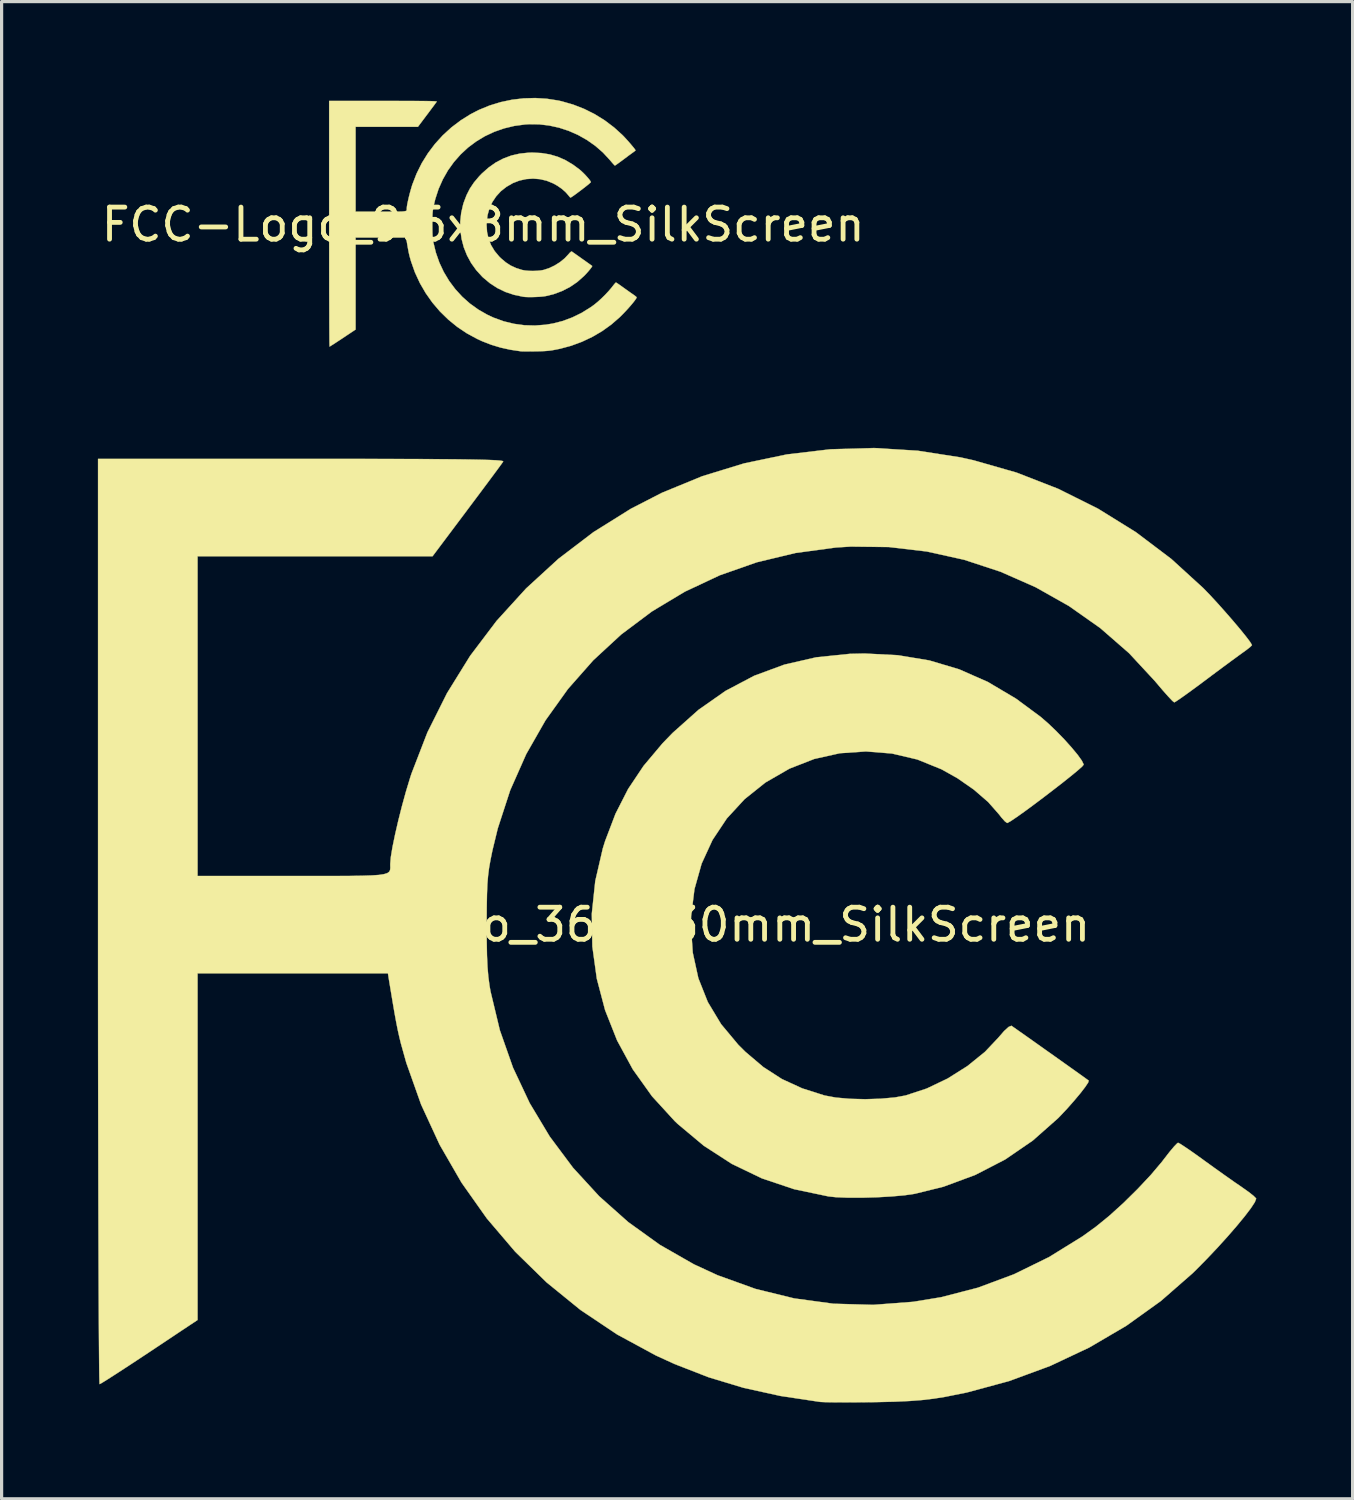
<source format=kicad_pcb>
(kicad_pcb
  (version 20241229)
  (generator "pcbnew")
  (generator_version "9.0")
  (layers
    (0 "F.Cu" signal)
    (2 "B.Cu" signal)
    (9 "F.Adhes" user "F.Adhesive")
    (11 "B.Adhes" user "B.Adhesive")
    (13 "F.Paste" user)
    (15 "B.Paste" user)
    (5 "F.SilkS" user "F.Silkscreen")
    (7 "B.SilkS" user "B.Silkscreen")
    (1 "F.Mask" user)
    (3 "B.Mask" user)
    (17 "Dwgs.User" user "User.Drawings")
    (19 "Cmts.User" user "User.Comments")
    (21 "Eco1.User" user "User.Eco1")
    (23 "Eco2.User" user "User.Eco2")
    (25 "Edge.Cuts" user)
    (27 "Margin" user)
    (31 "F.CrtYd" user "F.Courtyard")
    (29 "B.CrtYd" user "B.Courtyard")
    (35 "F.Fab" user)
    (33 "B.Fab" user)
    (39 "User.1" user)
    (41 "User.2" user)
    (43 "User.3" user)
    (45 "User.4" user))
  (footprint "FCC-Logo_9.6x8mm_SilkScreen"
    (layer "F.Cu")
    (at 12.006 3.948)
    (property "Reference" "FCC-Logo_9.6x8mm_SilkScreen" (at 0 0 0) (layer "F.SilkS") (effects (font (size 1 1) (thickness 0.15))))
    (attr exclude_from_pos_files exclude_from_bom)
    (fp_poly (pts (xy 1.817 -2.229) (xy 2.077 -2.186) (xy 2.324 -2.113) (xy 2.562 -2.008) (xy 2.794 -1.87) (xy 2.999 -1.719) (xy 3.061 -1.665) (xy 3.128 -1.601) (xy 3.194 -1.533) (xy 3.255 -1.465) (xy 3.305 -1.405) (xy 3.34 -1.356) (xy 3.354 -1.326) (xy 3.355 -1.324) (xy 3.341 -1.308) (xy 3.304 -1.275) (xy 3.249 -1.229) (xy 3.18 -1.174) (xy 3.102 -1.114) (xy 3.02 -1.051) (xy 2.939 -0.991) (xy 2.865 -0.936) (xy 2.801 -0.89) (xy 2.752 -0.858) (xy 2.725 -0.842) (xy 2.721 -0.841) (xy 2.703 -0.854) (xy 2.673 -0.888) (xy 2.654 -0.913) (xy 2.564 -1.015) (xy 2.447 -1.117) (xy 2.31 -1.212) (xy 2.179 -1.285) (xy 1.978 -1.367) (xy 1.768 -1.416) (xy 1.553 -1.433) (xy 1.337 -1.418) (xy 1.126 -1.371) (xy 0.922 -1.292) (xy 0.921 -1.291) (xy 0.722 -1.176) (xy 0.549 -1.039) (xy 0.403 -0.879) (xy 0.284 -0.701) (xy 0.194 -0.505) (xy 0.135 -0.295) (xy 0.107 -0.071) (xy 0.105 0.005) (xy 0.12 0.232) (xy 0.167 0.443) (xy 0.245 0.64) (xy 0.355 0.823) (xy 0.498 0.995) (xy 0.557 1.053) (xy 0.705 1.178) (xy 0.858 1.277) (xy 1.026 1.354) (xy 1.211 1.413) (xy 1.304 1.43) (xy 1.42 1.441) (xy 1.547 1.444) (xy 1.675 1.44) (xy 1.793 1.429) (xy 1.881 1.413) (xy 2.056 1.356) (xy 2.229 1.273) (xy 2.393 1.17) (xy 2.538 1.052) (xy 2.647 0.936) (xy 2.696 0.88) (xy 2.734 0.846) (xy 2.757 0.836) (xy 2.758 0.837) (xy 2.776 0.849) (xy 2.817 0.879) (xy 2.877 0.921) (xy 2.95 0.972) (xy 3.03 1.029) (xy 3.114 1.089) (xy 3.196 1.147) (xy 3.27 1.199) (xy 3.331 1.243) (xy 3.375 1.274) (xy 3.396 1.29) (xy 3.396 1.29) (xy 3.391 1.307) (xy 3.367 1.343) (xy 3.327 1.395) (xy 3.277 1.455) (xy 3.22 1.519) (xy 3.162 1.581) (xy 3.142 1.601) (xy 2.934 1.786) (xy 2.705 1.943) (xy 2.457 2.07) (xy 2.194 2.168) (xy 1.958 2.226) (xy 1.873 2.239) (xy 1.765 2.249) (xy 1.645 2.255) (xy 1.522 2.259) (xy 1.405 2.259) (xy 1.306 2.255) (xy 1.244 2.248) (xy 0.959 2.188) (xy 0.693 2.099) (xy 0.444 1.979) (xy 0.212 1.829) (xy -0.005 1.648) (xy -0.029 1.625) (xy -0.217 1.419) (xy -0.376 1.196) (xy -0.505 0.958) (xy -0.605 0.707) (xy -0.673 0.447) (xy -0.71 0.18) (xy -0.715 -0.09) (xy -0.686 -0.361) (xy -0.624 -0.631) (xy -0.605 -0.691) (xy -0.519 -0.917) (xy -0.414 -1.123) (xy -0.286 -1.314) (xy -0.13 -1.499) (xy -0.046 -1.587) (xy 0.168 -1.777) (xy 0.392 -1.935) (xy 0.629 -2.059) (xy 0.878 -2.152) (xy 1.142 -2.212) (xy 1.42 -2.241) (xy 1.542 -2.243) (xy 1.817 -2.229)) (stroke (width 0.01) (type solid)) (fill yes) (layer "F.SilkS"))
    (fp_poly (pts (xy 1.982 -3.921) (xy 2.336 -3.866) (xy 2.444 -3.842) (xy 2.8 -3.74) (xy 3.144 -3.606) (xy 3.474 -3.441) (xy 3.787 -3.247) (xy 4.08 -3.025) (xy 4.344 -2.785) (xy 4.4 -2.727) (xy 4.463 -2.658) (xy 4.529 -2.585) (xy 4.593 -2.511) (xy 4.651 -2.442) (xy 4.699 -2.383) (xy 4.732 -2.339) (xy 4.746 -2.314) (xy 4.747 -2.312) (xy 4.733 -2.298) (xy 4.7 -2.272) (xy 4.672 -2.252) (xy 4.633 -2.224) (xy 4.573 -2.18) (xy 4.497 -2.124) (xy 4.414 -2.062) (xy 4.358 -2.02) (xy 4.278 -1.961) (xy 4.208 -1.91) (xy 4.152 -1.87) (xy 4.116 -1.846) (xy 4.104 -1.839) (xy 4.088 -1.852) (xy 4.055 -1.887) (xy 4.009 -1.939) (xy 3.955 -2.003) (xy 3.944 -2.016) (xy 3.73 -2.247) (xy 3.492 -2.454) (xy 3.233 -2.636) (xy 2.957 -2.792) (xy 2.667 -2.92) (xy 2.366 -3.019) (xy 2.056 -3.087) (xy 1.743 -3.124) (xy 1.427 -3.128) (xy 1.304 -3.12) (xy 0.971 -3.075) (xy 0.65 -2.998) (xy 0.344 -2.891) (xy 0.054 -2.755) (xy -0.218 -2.591) (xy -0.471 -2.402) (xy -0.703 -2.187) (xy -0.912 -1.95) (xy -1.098 -1.691) (xy -1.257 -1.411) (xy -1.39 -1.113) (xy -1.493 -0.797) (xy -1.537 -0.614) (xy -1.553 -0.537) (xy -1.565 -0.47) (xy -1.573 -0.405) (xy -1.579 -0.335) (xy -1.582 -0.252) (xy -1.584 -0.15) (xy -1.585 -0.021) (xy -1.585 -0.009) (xy -1.584 0.136) (xy -1.582 0.253) (xy -1.578 0.349) (xy -1.571 0.43) (xy -1.561 0.504) (xy -1.553 0.552) (xy -1.475 0.874) (xy -1.367 1.182) (xy -1.229 1.476) (xy -1.063 1.753) (xy -0.871 2.01) (xy -0.654 2.247) (xy -0.414 2.46) (xy -0.152 2.648) (xy 0.129 2.809) (xy 0.327 2.901) (xy 0.64 3.014) (xy 0.96 3.092) (xy 1.285 3.136) (xy 1.613 3.145) (xy 1.944 3.12) (xy 2.175 3.082) (xy 2.479 3.004) (xy 2.778 2.892) (xy 3.069 2.75) (xy 3.345 2.578) (xy 3.457 2.498) (xy 3.565 2.41) (xy 3.683 2.303) (xy 3.801 2.187) (xy 3.91 2.07) (xy 4.002 1.962) (xy 4.021 1.937) (xy 4.066 1.879) (xy 4.103 1.835) (xy 4.129 1.808) (xy 4.136 1.804) (xy 4.155 1.814) (xy 4.196 1.841) (xy 4.254 1.881) (xy 4.324 1.931) (xy 4.349 1.949) (xy 4.434 2.01) (xy 4.521 2.072) (xy 4.6 2.128) (xy 4.661 2.17) (xy 4.664 2.172) (xy 4.719 2.211) (xy 4.76 2.243) (xy 4.78 2.264) (xy 4.782 2.267) (xy 4.77 2.296) (xy 4.738 2.345) (xy 4.687 2.412) (xy 4.622 2.491) (xy 4.546 2.579) (xy 4.463 2.671) (xy 4.375 2.764) (xy 4.286 2.854) (xy 4.255 2.885) (xy 3.993 3.113) (xy 3.708 3.318) (xy 3.401 3.498) (xy 3.077 3.651) (xy 2.738 3.776) (xy 2.388 3.87) (xy 2.207 3.906) (xy 2.112 3.922) (xy 2.017 3.933) (xy 1.913 3.941) (xy 1.792 3.946) (xy 1.646 3.95) (xy 1.612 3.95) (xy 1.496 3.951) (xy 1.389 3.952) (xy 1.297 3.952) (xy 1.225 3.951) (xy 1.181 3.949) (xy 1.174 3.948) (xy 0.845 3.899) (xy 0.541 3.832) (xy 0.251 3.744) (xy -0.03 3.635) (xy -0.184 3.564) (xy -0.506 3.39) (xy -0.808 3.188) (xy -1.089 2.959) (xy -1.348 2.706) (xy -1.583 2.43) (xy -1.792 2.134) (xy -1.974 1.82) (xy -2.127 1.489) (xy -2.249 1.143) (xy -2.295 0.981) (xy -2.307 0.929) (xy -2.32 0.874) (xy -2.332 0.812) (xy -2.346 0.735) (xy -2.363 0.639) (xy -2.383 0.516) (xy -2.392 0.46) (xy -2.401 0.403) (xy -3.976 0.403) (xy -3.976 3.27) (xy -4.375 3.536) (xy -4.48 3.605) (xy -4.576 3.668) (xy -4.658 3.722) (xy -4.724 3.763) (xy -4.768 3.791) (xy -4.787 3.801) (xy -4.787 3.801) (xy -4.788 3.784) (xy -4.789 3.733) (xy -4.791 3.651) (xy -4.792 3.538) (xy -4.793 3.396) (xy -4.794 3.228) (xy -4.795 3.034) (xy -4.795 2.816) (xy -4.796 2.575) (xy -4.797 2.314) (xy -4.798 2.034) (xy -4.798 1.736) (xy -4.799 1.422) (xy -4.799 1.093) (xy -4.799 0.752) (xy -4.8 0.4) (xy -4.8 0.038) (xy -4.8 -0.026) (xy -4.8 -3.854) (xy -3.117 -3.854) (xy -2.827 -3.854) (xy -2.571 -3.853) (xy -2.346 -3.853) (xy -2.15 -3.852) (xy -1.983 -3.851) (xy -1.842 -3.85) (xy -1.726 -3.849) (xy -1.633 -3.847) (xy -1.561 -3.845) (xy -1.508 -3.842) (xy -1.472 -3.839) (xy -1.453 -3.836) (xy -1.447 -3.832) (xy -1.448 -3.832) (xy -1.461 -3.813) (xy -1.493 -3.769) (xy -1.54 -3.705) (xy -1.6 -3.625) (xy -1.669 -3.533) (xy -1.745 -3.431) (xy -1.747 -3.429) (xy -2.033 -3.048) (xy -3.976 -3.048) (xy -3.976 -0.403) (xy -3.19 -0.403) (xy -3.001 -0.403) (xy -2.843 -0.403) (xy -2.715 -0.403) (xy -2.613 -0.405) (xy -2.534 -0.407) (xy -2.476 -0.412) (xy -2.434 -0.418) (xy -2.407 -0.426) (xy -2.391 -0.437) (xy -2.384 -0.452) (xy -2.382 -0.469) (xy -2.382 -0.491) (xy -2.382 -0.503) (xy -2.377 -0.56) (xy -2.364 -0.643) (xy -2.342 -0.745) (xy -2.316 -0.861) (xy -2.285 -0.982) (xy -2.252 -1.101) (xy -2.219 -1.213) (xy -2.207 -1.25) (xy -2.075 -1.59) (xy -1.913 -1.916) (xy -1.721 -2.224) (xy -1.503 -2.513) (xy -1.259 -2.782) (xy -0.991 -3.027) (xy -0.701 -3.247) (xy -0.391 -3.441) (xy -0.134 -3.573) (xy 0.199 -3.71) (xy 0.545 -3.816) (xy 0.9 -3.891) (xy 1.26 -3.933) (xy 1.622 -3.943) (xy 1.982 -3.921)) (stroke (width 0.01) (type solid)) (fill yes) (layer "F.SilkS")))
  (footprint "FCC-Logo_36.3x30mm_SilkScreen"
    (layer "F.Cu")
    (at 18.082 25.762)
    (property "Reference" "FCC-Logo_36.3x30mm_SilkScreen" (at 0 0 0) (layer "F.SilkS") (effects (font (size 1 1) (thickness 0.15))))
    (attr exclude_from_pos_files exclude_from_bom)
    (fp_poly (pts (xy 6.844 -8.396) (xy 7.823 -8.234) (xy 8.754 -7.957) (xy 9.65 -7.562) (xy 10.524 -7.044) (xy 11.294 -6.475) (xy 11.529 -6.271) (xy 11.781 -6.03) (xy 12.031 -5.773) (xy 12.259 -5.519) (xy 12.448 -5.291) (xy 12.579 -5.108) (xy 12.634 -4.992) (xy 12.634 -4.985) (xy 12.584 -4.925) (xy 12.445 -4.802) (xy 12.236 -4.63) (xy 11.976 -4.423) (xy 11.682 -4.195) (xy 11.374 -3.959) (xy 11.07 -3.731) (xy 10.789 -3.524) (xy 10.548 -3.353) (xy 10.366 -3.23) (xy 10.263 -3.172) (xy 10.25 -3.168) (xy 10.181 -3.218) (xy 10.069 -3.344) (xy 9.995 -3.439) (xy 9.656 -3.824) (xy 9.215 -4.206) (xy 8.7 -4.564) (xy 8.206 -4.841) (xy 7.451 -5.147) (xy 6.66 -5.333) (xy 5.85 -5.398) (xy 5.037 -5.342) (xy 4.24 -5.164) (xy 3.474 -4.865) (xy 3.467 -4.862) (xy 2.72 -4.431) (xy 2.069 -3.911) (xy 1.516 -3.311) (xy 1.069 -2.639) (xy 0.73 -1.902) (xy 0.507 -1.109) (xy 0.403 -0.268) (xy 0.396 0.02) (xy 0.454 0.874) (xy 0.628 1.669) (xy 0.922 2.41) (xy 1.337 3.1) (xy 1.876 3.746) (xy 2.096 3.964) (xy 2.654 4.437) (xy 3.232 4.81) (xy 3.866 5.101) (xy 4.56 5.322) (xy 4.91 5.387) (xy 5.347 5.426) (xy 5.827 5.438) (xy 6.31 5.423) (xy 6.752 5.383) (xy 7.085 5.322) (xy 7.742 5.106) (xy 8.395 4.794) (xy 9.012 4.405) (xy 9.56 3.961) (xy 9.97 3.527) (xy 10.154 3.315) (xy 10.296 3.186) (xy 10.382 3.15) (xy 10.387 3.152) (xy 10.454 3.199) (xy 10.61 3.309) (xy 10.835 3.467) (xy 11.109 3.661) (xy 11.413 3.877) (xy 11.728 4.1) (xy 12.035 4.318) (xy 12.314 4.516) (xy 12.545 4.681) (xy 12.71 4.8) (xy 12.79 4.857) (xy 12.792 4.859) (xy 12.773 4.921) (xy 12.68 5.06) (xy 12.531 5.253) (xy 12.341 5.48) (xy 12.129 5.721) (xy 11.909 5.955) (xy 11.835 6.031) (xy 11.049 6.726) (xy 10.187 7.317) (xy 9.255 7.798) (xy 8.264 8.165) (xy 7.373 8.385) (xy 7.053 8.432) (xy 6.648 8.468) (xy 6.195 8.494) (xy 5.731 8.507) (xy 5.293 8.507) (xy 4.919 8.492) (xy 4.684 8.467) (xy 3.612 8.242) (xy 2.609 7.905) (xy 1.673 7.455) (xy 0.798 6.889) (xy -0.017 6.207) (xy -0.109 6.119) (xy -0.816 5.346) (xy -1.416 4.505) (xy -1.904 3.607) (xy -2.278 2.663) (xy -2.536 1.683) (xy -2.675 0.679) (xy -2.692 -0.34) (xy -2.584 -1.361) (xy -2.349 -2.376) (xy -2.278 -2.604) (xy -1.954 -3.455) (xy -1.56 -4.228) (xy -1.078 -4.949) (xy -0.491 -5.647) (xy -0.174 -5.975) (xy 0.631 -6.693) (xy 1.477 -7.286) (xy 2.368 -7.756) (xy 3.308 -8.103) (xy 4.3 -8.331) (xy 5.348 -8.439) (xy 5.806 -8.449) (xy 6.844 -8.396)) (stroke (width 0.01) (type solid)) (fill yes) (layer "F.SilkS"))
    (fp_poly (pts (xy 7.463 -14.768) (xy 8.798 -14.56) (xy 9.203 -14.47) (xy 10.544 -14.086) (xy 11.84 -13.581) (xy 13.083 -12.961) (xy 14.261 -12.23) (xy 15.366 -11.395) (xy 16.359 -10.489) (xy 16.571 -10.27) (xy 16.809 -10.012) (xy 17.056 -9.735) (xy 17.297 -9.458) (xy 17.516 -9.198) (xy 17.696 -8.975) (xy 17.821 -8.809) (xy 17.876 -8.716) (xy 17.878 -8.709) (xy 17.827 -8.656) (xy 17.7 -8.556) (xy 17.597 -8.482) (xy 17.45 -8.376) (xy 17.222 -8.209) (xy 16.938 -7.999) (xy 16.623 -7.765) (xy 16.413 -7.607) (xy 16.113 -7.384) (xy 15.849 -7.192) (xy 15.639 -7.043) (xy 15.502 -6.951) (xy 15.456 -6.927) (xy 15.397 -6.975) (xy 15.272 -7.107) (xy 15.099 -7.302) (xy 14.894 -7.543) (xy 14.854 -7.591) (xy 14.047 -8.461) (xy 13.151 -9.242) (xy 12.177 -9.928) (xy 11.137 -10.515) (xy 10.044 -10.997) (xy 8.91 -11.37) (xy 7.745 -11.628) (xy 6.563 -11.767) (xy 5.375 -11.781) (xy 4.911 -11.752) (xy 3.656 -11.582) (xy 2.449 -11.292) (xy 1.297 -10.888) (xy 0.205 -10.375) (xy -0.82 -9.759) (xy -1.773 -9.045) (xy -2.647 -8.238) (xy -3.436 -7.343) (xy -4.135 -6.367) (xy -4.736 -5.314) (xy -5.234 -4.19) (xy -5.622 -3) (xy -5.789 -2.313) (xy -5.848 -2.022) (xy -5.893 -1.769) (xy -5.924 -1.524) (xy -5.946 -1.26) (xy -5.958 -0.95) (xy -5.965 -0.566) (xy -5.968 -0.079) (xy -5.968 -0.033) (xy -5.966 0.514) (xy -5.958 0.954) (xy -5.942 1.315) (xy -5.916 1.621) (xy -5.879 1.899) (xy -5.848 2.078) (xy -5.557 3.29) (xy -5.148 4.453) (xy -4.628 5.559) (xy -4.003 6.601) (xy -3.279 7.572) (xy -2.462 8.462) (xy -1.558 9.266) (xy -0.573 9.975) (xy 0.486 10.581) (xy 1.231 10.925) (xy 2.412 11.35) (xy 3.615 11.645) (xy 4.838 11.811) (xy 6.075 11.846) (xy 7.322 11.751) (xy 8.192 11.608) (xy 9.336 11.312) (xy 10.464 10.892) (xy 11.557 10.356) (xy 12.599 9.711) (xy 13.019 9.408) (xy 13.427 9.076) (xy 13.87 8.675) (xy 14.314 8.237) (xy 14.726 7.798) (xy 15.071 7.39) (xy 15.144 7.294) (xy 15.312 7.078) (xy 15.454 6.909) (xy 15.55 6.811) (xy 15.576 6.795) (xy 15.647 6.832) (xy 15.803 6.934) (xy 16.023 7.085) (xy 16.287 7.273) (xy 16.378 7.34) (xy 16.698 7.571) (xy 17.025 7.804) (xy 17.323 8.014) (xy 17.555 8.173) (xy 17.566 8.181) (xy 17.771 8.326) (xy 17.927 8.449) (xy 18.004 8.527) (xy 18.009 8.538) (xy 17.967 8.647) (xy 17.844 8.834) (xy 17.654 9.084) (xy 17.409 9.382) (xy 17.123 9.712) (xy 16.808 10.06) (xy 16.477 10.41) (xy 16.144 10.748) (xy 16.024 10.865) (xy 15.039 11.726) (xy 13.964 12.497) (xy 12.81 13.174) (xy 11.588 13.75) (xy 10.312 14.22) (xy 8.992 14.577) (xy 8.313 14.713) (xy 7.954 14.77) (xy 7.595 14.812) (xy 7.204 14.842) (xy 6.749 14.863) (xy 6.2 14.876) (xy 6.07 14.878) (xy 5.635 14.882) (xy 5.232 14.884) (xy 4.884 14.883) (xy 4.614 14.879) (xy 4.447 14.872) (xy 4.42 14.87) (xy 3.184 14.684) (xy 2.036 14.431) (xy 0.947 14.102) (xy -0.112 13.69) (xy -0.693 13.424) (xy -1.904 12.768) (xy -3.043 12.006) (xy -4.103 11.144) (xy -5.078 10.191) (xy -5.962 9.154) (xy -6.75 8.039) (xy -7.434 6.854) (xy -8.01 5.606) (xy -8.472 4.303) (xy -8.642 3.695) (xy -8.69 3.498) (xy -8.736 3.293) (xy -8.783 3.058) (xy -8.836 2.77) (xy -8.898 2.406) (xy -8.975 1.943) (xy -9.01 1.732) (xy -9.044 1.517) (xy -14.976 1.517) (xy -14.976 12.317) (xy -16.478 13.317) (xy -16.874 13.579) (xy -17.235 13.816) (xy -17.545 14.017) (xy -17.79 14.174) (xy -17.956 14.277) (xy -18.028 14.316) (xy -18.029 14.316) (xy -18.033 14.251) (xy -18.038 14.06) (xy -18.042 13.749) (xy -18.046 13.325) (xy -18.05 12.792) (xy -18.054 12.156) (xy -18.058 11.425) (xy -18.061 10.604) (xy -18.064 9.698) (xy -18.067 8.715) (xy -18.069 7.659) (xy -18.071 6.537) (xy -18.073 5.355) (xy -18.075 4.118) (xy -18.076 2.833) (xy -18.077 1.506) (xy -18.077 0.143) (xy -18.077 -0.099) (xy -18.077 -14.514) (xy -11.739 -14.514) (xy -10.648 -14.514) (xy -9.682 -14.513) (xy -8.834 -14.511) (xy -8.099 -14.509) (xy -7.47 -14.505) (xy -6.939 -14.501) (xy -6.501 -14.495) (xy -6.15 -14.488) (xy -5.877 -14.48) (xy -5.678 -14.471) (xy -5.545 -14.46) (xy -5.471 -14.447) (xy -5.451 -14.433) (xy -5.452 -14.432) (xy -5.503 -14.359) (xy -5.623 -14.195) (xy -5.801 -13.955) (xy -6.025 -13.654) (xy -6.286 -13.305) (xy -6.572 -12.923) (xy -6.578 -12.914) (xy -7.655 -11.479) (xy -14.976 -11.479) (xy -14.976 -1.517) (xy -12.014 -1.517) (xy -11.301 -1.517) (xy -10.709 -1.517) (xy -10.226 -1.519) (xy -9.842 -1.525) (xy -9.544 -1.535) (xy -9.324 -1.55) (xy -9.168 -1.574) (xy -9.065 -1.606) (xy -9.006 -1.648) (xy -8.978 -1.701) (xy -8.97 -1.768) (xy -8.972 -1.848) (xy -8.972 -1.894) (xy -8.954 -2.107) (xy -8.902 -2.421) (xy -8.822 -2.808) (xy -8.722 -3.242) (xy -8.607 -3.697) (xy -8.483 -4.148) (xy -8.356 -4.567) (xy -8.311 -4.706) (xy -7.815 -5.989) (xy -7.203 -7.214) (xy -6.483 -8.376) (xy -5.659 -9.466) (xy -4.74 -10.476) (xy -3.732 -11.4) (xy -2.641 -12.231) (xy -1.474 -12.96) (xy -0.505 -13.458) (xy 0.75 -13.974) (xy 2.052 -14.373) (xy 3.388 -14.653) (xy 4.744 -14.813) (xy 6.107 -14.852) (xy 7.463 -14.768)) (stroke (width 0.01) (type solid)) (fill yes) (layer "F.SilkS")))
  (gr_rect
    (start -3 -3)
    (end 39.096 43.651)
    (stroke (width 0.1) (type default))
    (fill no)
    (layer "Edge.Cuts")))
</source>
